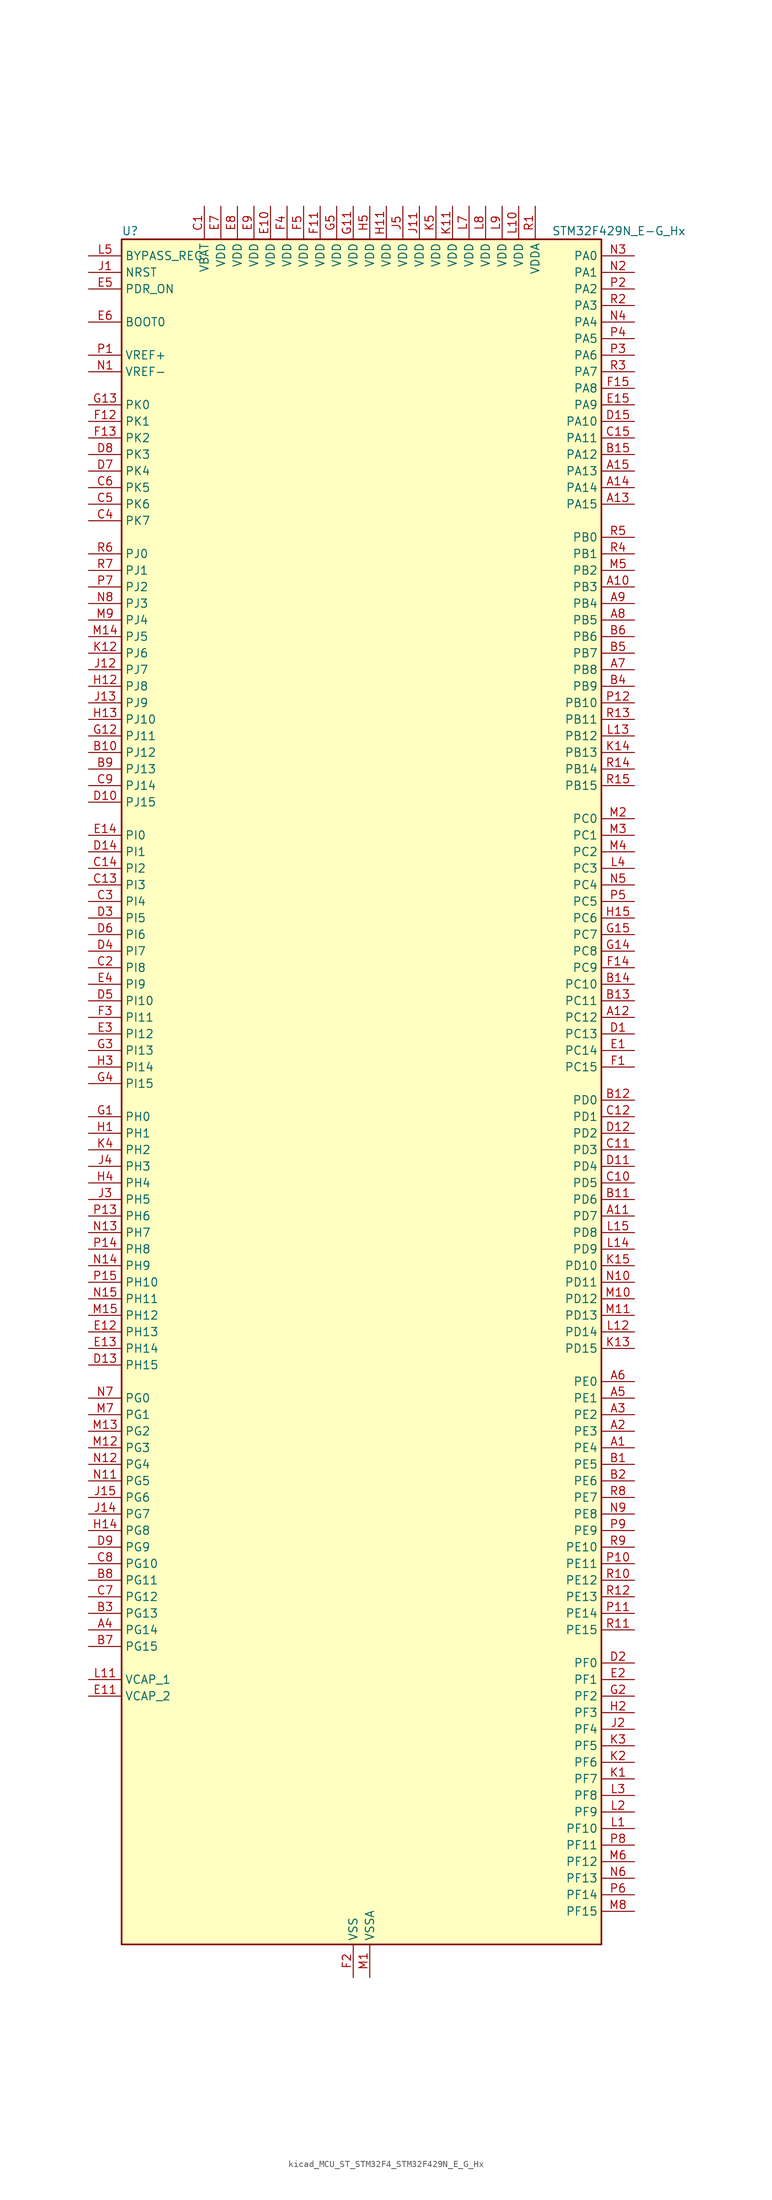
<source format=kicad_sym>
(kicad_symbol_lib
  (version 20220914)
  (generator kicad_symbol_editor)
  (symbol "kicad_MCU_ST_STM32F4_STM32F429N_E_G_Hx"
    (property "Reference" "U"
      (at -35.56 133.35 0)
      (effects (font (size 1.27 1.27)) (justify left)))
    (property "Value" "STM32F429N_E-G_Hx"
      (at 30.48 133.35 0)
      (effects (font (size 1.27 1.27)) (justify left)))
    (property "ki_locked" ""
      (at 0 0 0)
      (effects (font (size 1.27 1.27))))
    (symbol "kicad_MCU_ST_STM32F4_STM32F429N_E_G_Hx_0_1"
      (rectangle (start -35.56 -129.54) (end 38.1 132.08) (stroke (width 0.254) (type default)) (fill (type background))))
    (symbol "kicad_MCU_ST_STM32F4_STM32F429N_E_G_Hx_1_1"
      (pin bidirectional line (at 43.18 -53.34 180) (length 5.08) (name "PE4" (effects (font (size 1.27 1.27)))) (number "A1" (effects (font (size 1.27 1.27)))) (alternate "DCMI_D4" bidirectional line) (alternate "FMC_A20" bidirectional line) (alternate "LTDC_B0" bidirectional line) (alternate "SAI1_FS_A" bidirectional line) (alternate "SPI4_NSS" bidirectional line) (alternate "SYS_TRACED1" bidirectional line))
      (pin bidirectional line (at 43.18 78.74 180) (length 5.08) (name "PB3" (effects (font (size 1.27 1.27)))) (number "A10" (effects (font (size 1.27 1.27)))) (alternate "I2S3_CK" bidirectional line) (alternate "SPI1_SCK" bidirectional line) (alternate "SPI3_SCK" bidirectional line) (alternate "SYS_JTDO-SWO" bidirectional line) (alternate "TIM2_CH2" bidirectional line))
      (pin bidirectional line (at 43.18 -17.78 180) (length 5.08) (name "PD7" (effects (font (size 1.27 1.27)))) (number "A11" (effects (font (size 1.27 1.27)))) (alternate "FMC_NCE2" bidirectional line) (alternate "FMC_NE1" bidirectional line) (alternate "USART2_CK" bidirectional line))
      (pin bidirectional line (at 43.18 12.7 180) (length 5.08) (name "PC12" (effects (font (size 1.27 1.27)))) (number "A12" (effects (font (size 1.27 1.27)))) (alternate "DCMI_D9" bidirectional line) (alternate "I2S3_SD" bidirectional line) (alternate "SDIO_CK" bidirectional line) (alternate "SPI3_MOSI" bidirectional line) (alternate "UART5_TX" bidirectional line) (alternate "USART3_CK" bidirectional line))
      (pin bidirectional line (at 43.18 91.44 180) (length 5.08) (name "PA15" (effects (font (size 1.27 1.27)))) (number "A13" (effects (font (size 1.27 1.27)))) (alternate "ADC1_EXTI15" bidirectional line) (alternate "ADC2_EXTI15" bidirectional line) (alternate "ADC3_EXTI15" bidirectional line) (alternate "I2S3_WS" bidirectional line) (alternate "SPI1_NSS" bidirectional line) (alternate "SPI3_NSS" bidirectional line) (alternate "SYS_JTDI" bidirectional line) (alternate "TIM2_CH1" bidirectional line) (alternate "TIM2_ETR" bidirectional line))
      (pin bidirectional line (at 43.18 93.98 180) (length 5.08) (name "PA14" (effects (font (size 1.27 1.27)))) (number "A14" (effects (font (size 1.27 1.27)))) (alternate "SYS_JTCK-SWCLK" bidirectional line))
      (pin bidirectional line (at 43.18 96.52 180) (length 5.08) (name "PA13" (effects (font (size 1.27 1.27)))) (number "A15" (effects (font (size 1.27 1.27)))) (alternate "SYS_JTMS-SWDIO" bidirectional line))
      (pin bidirectional line (at 43.18 -50.8 180) (length 5.08) (name "PE3" (effects (font (size 1.27 1.27)))) (number "A2" (effects (font (size 1.27 1.27)))) (alternate "FMC_A19" bidirectional line) (alternate "SAI1_SD_B" bidirectional line) (alternate "SYS_TRACED0" bidirectional line))
      (pin bidirectional line (at 43.18 -48.26 180) (length 5.08) (name "PE2" (effects (font (size 1.27 1.27)))) (number "A3" (effects (font (size 1.27 1.27)))) (alternate "ETH_TXD3" bidirectional line) (alternate "FMC_A23" bidirectional line) (alternate "SAI1_MCLK_A" bidirectional line) (alternate "SPI4_SCK" bidirectional line) (alternate "SYS_TRACECLK" bidirectional line))
      (pin bidirectional line (at -40.64 -81.28 0) (length 5.08) (name "PG14" (effects (font (size 1.27 1.27)))) (number "A4" (effects (font (size 1.27 1.27)))) (alternate "ETH_TXD1" bidirectional line) (alternate "FMC_A25" bidirectional line) (alternate "SPI6_MOSI" bidirectional line) (alternate "USART6_TX" bidirectional line))
      (pin bidirectional line (at 43.18 -45.72 180) (length 5.08) (name "PE1" (effects (font (size 1.27 1.27)))) (number "A5" (effects (font (size 1.27 1.27)))) (alternate "DCMI_D3" bidirectional line) (alternate "FMC_NBL1" bidirectional line) (alternate "UART8_TX" bidirectional line))
      (pin bidirectional line (at 43.18 -43.18 180) (length 5.08) (name "PE0" (effects (font (size 1.27 1.27)))) (number "A6" (effects (font (size 1.27 1.27)))) (alternate "DCMI_D2" bidirectional line) (alternate "FMC_NBL0" bidirectional line) (alternate "TIM4_ETR" bidirectional line) (alternate "UART8_RX" bidirectional line))
      (pin bidirectional line (at 43.18 66.04 180) (length 5.08) (name "PB8" (effects (font (size 1.27 1.27)))) (number "A7" (effects (font (size 1.27 1.27)))) (alternate "CAN1_RX" bidirectional line) (alternate "DCMI_D6" bidirectional line) (alternate "ETH_TXD3" bidirectional line) (alternate "I2C1_SCL" bidirectional line) (alternate "LTDC_B6" bidirectional line) (alternate "SDIO_D4" bidirectional line) (alternate "TIM10_CH1" bidirectional line) (alternate "TIM4_CH3" bidirectional line))
      (pin bidirectional line (at 43.18 73.66 180) (length 5.08) (name "PB5" (effects (font (size 1.27 1.27)))) (number "A8" (effects (font (size 1.27 1.27)))) (alternate "CAN2_RX" bidirectional line) (alternate "DCMI_D10" bidirectional line) (alternate "ETH_PPS_OUT" bidirectional line) (alternate "FMC_SDCKE1" bidirectional line) (alternate "I2C1_SMBA" bidirectional line) (alternate "I2S3_SD" bidirectional line) (alternate "SPI1_MOSI" bidirectional line) (alternate "SPI3_MOSI" bidirectional line) (alternate "TIM3_CH2" bidirectional line) (alternate "USB_OTG_HS_ULPI_D7" bidirectional line))
      (pin bidirectional line (at 43.18 76.2 180) (length 5.08) (name "PB4" (effects (font (size 1.27 1.27)))) (number "A9" (effects (font (size 1.27 1.27)))) (alternate "I2S3_ext_SD" bidirectional line) (alternate "SPI1_MISO" bidirectional line) (alternate "SPI3_MISO" bidirectional line) (alternate "SYS_JTRST" bidirectional line) (alternate "TIM3_CH1" bidirectional line))
      (pin bidirectional line (at 43.18 -55.88 180) (length 5.08) (name "PE5" (effects (font (size 1.27 1.27)))) (number "B1" (effects (font (size 1.27 1.27)))) (alternate "DCMI_D6" bidirectional line) (alternate "FMC_A21" bidirectional line) (alternate "LTDC_G0" bidirectional line) (alternate "SAI1_SCK_A" bidirectional line) (alternate "SPI4_MISO" bidirectional line) (alternate "SYS_TRACED2" bidirectional line) (alternate "TIM9_CH1" bidirectional line))
      (pin bidirectional line (at -40.64 53.34 0) (length 5.08) (name "PJ12" (effects (font (size 1.27 1.27)))) (number "B10" (effects (font (size 1.27 1.27)))) (alternate "LTDC_B0" bidirectional line))
      (pin bidirectional line (at 43.18 -15.24 180) (length 5.08) (name "PD6" (effects (font (size 1.27 1.27)))) (number "B11" (effects (font (size 1.27 1.27)))) (alternate "DCMI_D10" bidirectional line) (alternate "FMC_NWAIT" bidirectional line) (alternate "I2S3_SD" bidirectional line) (alternate "LTDC_B2" bidirectional line) (alternate "SAI1_SD_A" bidirectional line) (alternate "SPI3_MOSI" bidirectional line) (alternate "USART2_RX" bidirectional line))
      (pin bidirectional line (at 43.18 0 180) (length 5.08) (name "PD0" (effects (font (size 1.27 1.27)))) (number "B12" (effects (font (size 1.27 1.27)))) (alternate "CAN1_RX" bidirectional line) (alternate "FMC_D2" bidirectional line) (alternate "FMC_DA2" bidirectional line))
      (pin bidirectional line (at 43.18 15.24 180) (length 5.08) (name "PC11" (effects (font (size 1.27 1.27)))) (number "B13" (effects (font (size 1.27 1.27)))) (alternate "ADC1_EXTI11" bidirectional line) (alternate "ADC2_EXTI11" bidirectional line) (alternate "ADC3_EXTI11" bidirectional line) (alternate "DCMI_D4" bidirectional line) (alternate "I2S3_ext_SD" bidirectional line) (alternate "SDIO_D3" bidirectional line) (alternate "SPI3_MISO" bidirectional line) (alternate "UART4_RX" bidirectional line) (alternate "USART3_RX" bidirectional line))
      (pin bidirectional line (at 43.18 17.78 180) (length 5.08) (name "PC10" (effects (font (size 1.27 1.27)))) (number "B14" (effects (font (size 1.27 1.27)))) (alternate "DCMI_D8" bidirectional line) (alternate "I2S3_CK" bidirectional line) (alternate "LTDC_R2" bidirectional line) (alternate "SDIO_D2" bidirectional line) (alternate "SPI3_SCK" bidirectional line) (alternate "UART4_TX" bidirectional line) (alternate "USART3_TX" bidirectional line))
      (pin bidirectional line (at 43.18 99.06 180) (length 5.08) (name "PA12" (effects (font (size 1.27 1.27)))) (number "B15" (effects (font (size 1.27 1.27)))) (alternate "CAN1_TX" bidirectional line) (alternate "LTDC_R5" bidirectional line) (alternate "TIM1_ETR" bidirectional line) (alternate "USART1_RTS" bidirectional line) (alternate "USB_OTG_FS_DP" bidirectional line))
      (pin bidirectional line (at 43.18 -58.42 180) (length 5.08) (name "PE6" (effects (font (size 1.27 1.27)))) (number "B2" (effects (font (size 1.27 1.27)))) (alternate "DCMI_D7" bidirectional line) (alternate "FMC_A22" bidirectional line) (alternate "LTDC_G1" bidirectional line) (alternate "SAI1_SD_A" bidirectional line) (alternate "SPI4_MOSI" bidirectional line) (alternate "SYS_TRACED3" bidirectional line) (alternate "TIM9_CH2" bidirectional line))
      (pin bidirectional line (at -40.64 -78.74 0) (length 5.08) (name "PG13" (effects (font (size 1.27 1.27)))) (number "B3" (effects (font (size 1.27 1.27)))) (alternate "ETH_TXD0" bidirectional line) (alternate "FMC_A24" bidirectional line) (alternate "SPI6_SCK" bidirectional line) (alternate "USART6_CTS" bidirectional line))
      (pin bidirectional line (at 43.18 63.5 180) (length 5.08) (name "PB9" (effects (font (size 1.27 1.27)))) (number "B4" (effects (font (size 1.27 1.27)))) (alternate "CAN1_TX" bidirectional line) (alternate "DAC_EXTI9" bidirectional line) (alternate "DCMI_D7" bidirectional line) (alternate "I2C1_SDA" bidirectional line) (alternate "I2S2_WS" bidirectional line) (alternate "LTDC_B7" bidirectional line) (alternate "SDIO_D5" bidirectional line) (alternate "SPI2_NSS" bidirectional line) (alternate "TIM11_CH1" bidirectional line) (alternate "TIM4_CH4" bidirectional line))
      (pin bidirectional line (at 43.18 68.58 180) (length 5.08) (name "PB7" (effects (font (size 1.27 1.27)))) (number "B5" (effects (font (size 1.27 1.27)))) (alternate "DCMI_VSYNC" bidirectional line) (alternate "FMC_NL" bidirectional line) (alternate "I2C1_SDA" bidirectional line) (alternate "TIM4_CH2" bidirectional line) (alternate "USART1_RX" bidirectional line))
      (pin bidirectional line (at 43.18 71.12 180) (length 5.08) (name "PB6" (effects (font (size 1.27 1.27)))) (number "B6" (effects (font (size 1.27 1.27)))) (alternate "CAN2_TX" bidirectional line) (alternate "DCMI_D5" bidirectional line) (alternate "FMC_SDNE1" bidirectional line) (alternate "I2C1_SCL" bidirectional line) (alternate "TIM4_CH1" bidirectional line) (alternate "USART1_TX" bidirectional line))
      (pin bidirectional line (at -40.64 -83.82 0) (length 5.08) (name "PG15" (effects (font (size 1.27 1.27)))) (number "B7" (effects (font (size 1.27 1.27)))) (alternate "ADC1_EXTI15" bidirectional line) (alternate "ADC2_EXTI15" bidirectional line) (alternate "ADC3_EXTI15" bidirectional line) (alternate "DCMI_D13" bidirectional line) (alternate "FMC_SDNCAS" bidirectional line) (alternate "USART6_CTS" bidirectional line))
      (pin bidirectional line (at -40.64 -73.66 0) (length 5.08) (name "PG11" (effects (font (size 1.27 1.27)))) (number "B8" (effects (font (size 1.27 1.27)))) (alternate "ADC1_EXTI11" bidirectional line) (alternate "ADC2_EXTI11" bidirectional line) (alternate "ADC3_EXTI11" bidirectional line) (alternate "DCMI_D3" bidirectional line) (alternate "ETH_TX_EN" bidirectional line) (alternate "FMC_NCE4_2" bidirectional line) (alternate "LTDC_B3" bidirectional line))
      (pin bidirectional line (at -40.64 50.8 0) (length 5.08) (name "PJ13" (effects (font (size 1.27 1.27)))) (number "B9" (effects (font (size 1.27 1.27)))) (alternate "LTDC_B1" bidirectional line))
      (pin power_in line (at -22.86 137.16 270) (length 5.08) (name "VBAT" (effects (font (size 1.27 1.27)))) (number "C1" (effects (font (size 1.27 1.27)))))
      (pin bidirectional line (at 43.18 -12.7 180) (length 5.08) (name "PD5" (effects (font (size 1.27 1.27)))) (number "C10" (effects (font (size 1.27 1.27)))) (alternate "FMC_NWE" bidirectional line) (alternate "USART2_TX" bidirectional line))
      (pin bidirectional line (at 43.18 -7.62 180) (length 5.08) (name "PD3" (effects (font (size 1.27 1.27)))) (number "C11" (effects (font (size 1.27 1.27)))) (alternate "DCMI_D5" bidirectional line) (alternate "FMC_CLK" bidirectional line) (alternate "I2S2_CK" bidirectional line) (alternate "LTDC_G7" bidirectional line) (alternate "SPI2_SCK" bidirectional line) (alternate "USART2_CTS" bidirectional line))
      (pin bidirectional line (at 43.18 -2.54 180) (length 5.08) (name "PD1" (effects (font (size 1.27 1.27)))) (number "C12" (effects (font (size 1.27 1.27)))) (alternate "CAN1_TX" bidirectional line) (alternate "FMC_D3" bidirectional line) (alternate "FMC_DA3" bidirectional line))
      (pin bidirectional line (at -40.64 33.02 0) (length 5.08) (name "PI3" (effects (font (size 1.27 1.27)))) (number "C13" (effects (font (size 1.27 1.27)))) (alternate "DCMI_D10" bidirectional line) (alternate "FMC_D27" bidirectional line) (alternate "I2S2_SD" bidirectional line) (alternate "SPI2_MOSI" bidirectional line) (alternate "TIM8_ETR" bidirectional line))
      (pin bidirectional line (at -40.64 35.56 0) (length 5.08) (name "PI2" (effects (font (size 1.27 1.27)))) (number "C14" (effects (font (size 1.27 1.27)))) (alternate "DCMI_D9" bidirectional line) (alternate "FMC_D26" bidirectional line) (alternate "I2S2_ext_SD" bidirectional line) (alternate "LTDC_G7" bidirectional line) (alternate "SPI2_MISO" bidirectional line) (alternate "TIM8_CH4" bidirectional line))
      (pin bidirectional line (at 43.18 101.6 180) (length 5.08) (name "PA11" (effects (font (size 1.27 1.27)))) (number "C15" (effects (font (size 1.27 1.27)))) (alternate "ADC1_EXTI11" bidirectional line) (alternate "ADC2_EXTI11" bidirectional line) (alternate "ADC3_EXTI11" bidirectional line) (alternate "CAN1_RX" bidirectional line) (alternate "LTDC_R4" bidirectional line) (alternate "TIM1_CH4" bidirectional line) (alternate "USART1_CTS" bidirectional line) (alternate "USB_OTG_FS_DM" bidirectional line))
      (pin bidirectional line (at -40.64 20.32 0) (length 5.08) (name "PI8" (effects (font (size 1.27 1.27)))) (number "C2" (effects (font (size 1.27 1.27)))) (alternate "RTC_AF2" bidirectional line))
      (pin bidirectional line (at -40.64 30.48 0) (length 5.08) (name "PI4" (effects (font (size 1.27 1.27)))) (number "C3" (effects (font (size 1.27 1.27)))) (alternate "DCMI_D5" bidirectional line) (alternate "FMC_NBL2" bidirectional line) (alternate "LTDC_B4" bidirectional line) (alternate "TIM8_BKIN" bidirectional line))
      (pin bidirectional line (at -40.64 88.9 0) (length 5.08) (name "PK7" (effects (font (size 1.27 1.27)))) (number "C4" (effects (font (size 1.27 1.27)))) (alternate "LTDC_DE" bidirectional line))
      (pin bidirectional line (at -40.64 91.44 0) (length 5.08) (name "PK6" (effects (font (size 1.27 1.27)))) (number "C5" (effects (font (size 1.27 1.27)))) (alternate "LTDC_B7" bidirectional line))
      (pin bidirectional line (at -40.64 93.98 0) (length 5.08) (name "PK5" (effects (font (size 1.27 1.27)))) (number "C6" (effects (font (size 1.27 1.27)))) (alternate "LTDC_B6" bidirectional line))
      (pin bidirectional line (at -40.64 -76.2 0) (length 5.08) (name "PG12" (effects (font (size 1.27 1.27)))) (number "C7" (effects (font (size 1.27 1.27)))) (alternate "FMC_NE4" bidirectional line) (alternate "LTDC_B1" bidirectional line) (alternate "LTDC_B4" bidirectional line) (alternate "SPI6_MISO" bidirectional line) (alternate "USART6_RTS" bidirectional line))
      (pin bidirectional line (at -40.64 -71.12 0) (length 5.08) (name "PG10" (effects (font (size 1.27 1.27)))) (number "C8" (effects (font (size 1.27 1.27)))) (alternate "DCMI_D2" bidirectional line) (alternate "FMC_NCE4_1" bidirectional line) (alternate "FMC_NE3" bidirectional line) (alternate "LTDC_B2" bidirectional line) (alternate "LTDC_G3" bidirectional line))
      (pin bidirectional line (at -40.64 48.26 0) (length 5.08) (name "PJ14" (effects (font (size 1.27 1.27)))) (number "C9" (effects (font (size 1.27 1.27)))) (alternate "LTDC_B2" bidirectional line))
      (pin bidirectional line (at 43.18 10.16 180) (length 5.08) (name "PC13" (effects (font (size 1.27 1.27)))) (number "D1" (effects (font (size 1.27 1.27)))) (alternate "RTC_AF1" bidirectional line))
      (pin bidirectional line (at -40.64 45.72 0) (length 5.08) (name "PJ15" (effects (font (size 1.27 1.27)))) (number "D10" (effects (font (size 1.27 1.27)))) (alternate "ADC1_EXTI15" bidirectional line) (alternate "ADC2_EXTI15" bidirectional line) (alternate "ADC3_EXTI15" bidirectional line) (alternate "LTDC_B3" bidirectional line))
      (pin bidirectional line (at 43.18 -10.16 180) (length 5.08) (name "PD4" (effects (font (size 1.27 1.27)))) (number "D11" (effects (font (size 1.27 1.27)))) (alternate "FMC_NOE" bidirectional line) (alternate "USART2_RTS" bidirectional line))
      (pin bidirectional line (at 43.18 -5.08 180) (length 5.08) (name "PD2" (effects (font (size 1.27 1.27)))) (number "D12" (effects (font (size 1.27 1.27)))) (alternate "DCMI_D11" bidirectional line) (alternate "SDIO_CMD" bidirectional line) (alternate "TIM3_ETR" bidirectional line) (alternate "UART5_RX" bidirectional line))
      (pin bidirectional line (at -40.64 -40.64 0) (length 5.08) (name "PH15" (effects (font (size 1.27 1.27)))) (number "D13" (effects (font (size 1.27 1.27)))) (alternate "ADC1_EXTI15" bidirectional line) (alternate "ADC2_EXTI15" bidirectional line) (alternate "ADC3_EXTI15" bidirectional line) (alternate "DCMI_D11" bidirectional line) (alternate "FMC_D23" bidirectional line) (alternate "LTDC_G4" bidirectional line) (alternate "TIM8_CH3N" bidirectional line))
      (pin bidirectional line (at -40.64 38.1 0) (length 5.08) (name "PI1" (effects (font (size 1.27 1.27)))) (number "D14" (effects (font (size 1.27 1.27)))) (alternate "DCMI_D8" bidirectional line) (alternate "FMC_D25" bidirectional line) (alternate "I2S2_CK" bidirectional line) (alternate "LTDC_G6" bidirectional line) (alternate "SPI2_SCK" bidirectional line))
      (pin bidirectional line (at 43.18 104.14 180) (length 5.08) (name "PA10" (effects (font (size 1.27 1.27)))) (number "D15" (effects (font (size 1.27 1.27)))) (alternate "DCMI_D1" bidirectional line) (alternate "TIM1_CH3" bidirectional line) (alternate "USART1_RX" bidirectional line) (alternate "USB_OTG_FS_ID" bidirectional line))
      (pin bidirectional line (at 43.18 -86.36 180) (length 5.08) (name "PF0" (effects (font (size 1.27 1.27)))) (number "D2" (effects (font (size 1.27 1.27)))) (alternate "FMC_A0" bidirectional line) (alternate "I2C2_SDA" bidirectional line))
      (pin bidirectional line (at -40.64 27.94 0) (length 5.08) (name "PI5" (effects (font (size 1.27 1.27)))) (number "D3" (effects (font (size 1.27 1.27)))) (alternate "DCMI_VSYNC" bidirectional line) (alternate "FMC_NBL3" bidirectional line) (alternate "LTDC_B5" bidirectional line) (alternate "TIM8_CH1" bidirectional line))
      (pin bidirectional line (at -40.64 22.86 0) (length 5.08) (name "PI7" (effects (font (size 1.27 1.27)))) (number "D4" (effects (font (size 1.27 1.27)))) (alternate "DCMI_D7" bidirectional line) (alternate "FMC_D29" bidirectional line) (alternate "LTDC_B7" bidirectional line) (alternate "TIM8_CH3" bidirectional line))
      (pin bidirectional line (at -40.64 15.24 0) (length 5.08) (name "PI10" (effects (font (size 1.27 1.27)))) (number "D5" (effects (font (size 1.27 1.27)))) (alternate "ETH_RX_ER" bidirectional line) (alternate "FMC_D31" bidirectional line) (alternate "LTDC_HSYNC" bidirectional line))
      (pin bidirectional line (at -40.64 25.4 0) (length 5.08) (name "PI6" (effects (font (size 1.27 1.27)))) (number "D6" (effects (font (size 1.27 1.27)))) (alternate "DCMI_D6" bidirectional line) (alternate "FMC_D28" bidirectional line) (alternate "LTDC_B6" bidirectional line) (alternate "TIM8_CH2" bidirectional line))
      (pin bidirectional line (at -40.64 96.52 0) (length 5.08) (name "PK4" (effects (font (size 1.27 1.27)))) (number "D7" (effects (font (size 1.27 1.27)))) (alternate "LTDC_B5" bidirectional line))
      (pin bidirectional line (at -40.64 99.06 0) (length 5.08) (name "PK3" (effects (font (size 1.27 1.27)))) (number "D8" (effects (font (size 1.27 1.27)))) (alternate "LTDC_B4" bidirectional line))
      (pin bidirectional line (at -40.64 -68.58 0) (length 5.08) (name "PG9" (effects (font (size 1.27 1.27)))) (number "D9" (effects (font (size 1.27 1.27)))) (alternate "DAC_EXTI9" bidirectional line) (alternate "DCMI_VSYNC" bidirectional line) (alternate "FMC_NCE3" bidirectional line) (alternate "FMC_NE2" bidirectional line) (alternate "USART6_RX" bidirectional line))
      (pin bidirectional line (at 43.18 7.62 180) (length 5.08) (name "PC14" (effects (font (size 1.27 1.27)))) (number "E1" (effects (font (size 1.27 1.27)))) (alternate "RCC_OSC32_IN" bidirectional line))
      (pin power_in line (at -12.7 137.16 270) (length 5.08) (name "VDD" (effects (font (size 1.27 1.27)))) (number "E10" (effects (font (size 1.27 1.27)))))
      (pin power_out line (at -40.64 -91.44 0) (length 5.08) (name "VCAP_2" (effects (font (size 1.27 1.27)))) (number "E11" (effects (font (size 1.27 1.27)))))
      (pin bidirectional line (at -40.64 -35.56 0) (length 5.08) (name "PH13" (effects (font (size 1.27 1.27)))) (number "E12" (effects (font (size 1.27 1.27)))) (alternate "CAN1_TX" bidirectional line) (alternate "FMC_D21" bidirectional line) (alternate "LTDC_G2" bidirectional line) (alternate "TIM8_CH1N" bidirectional line))
      (pin bidirectional line (at -40.64 -38.1 0) (length 5.08) (name "PH14" (effects (font (size 1.27 1.27)))) (number "E13" (effects (font (size 1.27 1.27)))) (alternate "DCMI_D4" bidirectional line) (alternate "FMC_D22" bidirectional line) (alternate "LTDC_G3" bidirectional line) (alternate "TIM8_CH2N" bidirectional line))
      (pin bidirectional line (at -40.64 40.64 0) (length 5.08) (name "PI0" (effects (font (size 1.27 1.27)))) (number "E14" (effects (font (size 1.27 1.27)))) (alternate "DCMI_D13" bidirectional line) (alternate "FMC_D24" bidirectional line) (alternate "I2S2_WS" bidirectional line) (alternate "LTDC_G5" bidirectional line) (alternate "SPI2_NSS" bidirectional line) (alternate "TIM5_CH4" bidirectional line))
      (pin bidirectional line (at 43.18 106.68 180) (length 5.08) (name "PA9" (effects (font (size 1.27 1.27)))) (number "E15" (effects (font (size 1.27 1.27)))) (alternate "DAC_EXTI9" bidirectional line) (alternate "DCMI_D0" bidirectional line) (alternate "I2C3_SMBA" bidirectional line) (alternate "TIM1_CH2" bidirectional line) (alternate "USART1_TX" bidirectional line) (alternate "USB_OTG_FS_VBUS" bidirectional line))
      (pin bidirectional line (at 43.18 -88.9 180) (length 5.08) (name "PF1" (effects (font (size 1.27 1.27)))) (number "E2" (effects (font (size 1.27 1.27)))) (alternate "FMC_A1" bidirectional line) (alternate "I2C2_SCL" bidirectional line))
      (pin bidirectional line (at -40.64 10.16 0) (length 5.08) (name "PI12" (effects (font (size 1.27 1.27)))) (number "E3" (effects (font (size 1.27 1.27)))) (alternate "LTDC_HSYNC" bidirectional line))
      (pin bidirectional line (at -40.64 17.78 0) (length 5.08) (name "PI9" (effects (font (size 1.27 1.27)))) (number "E4" (effects (font (size 1.27 1.27)))) (alternate "CAN1_RX" bidirectional line) (alternate "DAC_EXTI9" bidirectional line) (alternate "FMC_D30" bidirectional line) (alternate "LTDC_VSYNC" bidirectional line))
      (pin input line (at -40.64 124.46 0) (length 5.08) (name "PDR_ON" (effects (font (size 1.27 1.27)))) (number "E5" (effects (font (size 1.27 1.27)))))
      (pin input line (at -40.64 119.38 0) (length 5.08) (name "BOOT0" (effects (font (size 1.27 1.27)))) (number "E6" (effects (font (size 1.27 1.27)))))
      (pin power_in line (at -20.32 137.16 270) (length 5.08) (name "VDD" (effects (font (size 1.27 1.27)))) (number "E7" (effects (font (size 1.27 1.27)))))
      (pin power_in line (at -17.78 137.16 270) (length 5.08) (name "VDD" (effects (font (size 1.27 1.27)))) (number "E8" (effects (font (size 1.27 1.27)))))
      (pin power_in line (at -15.24 137.16 270) (length 5.08) (name "VDD" (effects (font (size 1.27 1.27)))) (number "E9" (effects (font (size 1.27 1.27)))))
      (pin bidirectional line (at 43.18 5.08 180) (length 5.08) (name "PC15" (effects (font (size 1.27 1.27)))) (number "F1" (effects (font (size 1.27 1.27)))) (alternate "ADC1_EXTI15" bidirectional line) (alternate "ADC2_EXTI15" bidirectional line) (alternate "ADC3_EXTI15" bidirectional line) (alternate "RCC_OSC32_OUT" bidirectional line))
      (pin passive line (at 0 -134.62 90) (length 5.08) hide (name "VSS" (effects (font (size 1.27 1.27)))) (number "F10" (effects (font (size 1.27 1.27)))))
      (pin power_in line (at -5.08 137.16 270) (length 5.08) (name "VDD" (effects (font (size 1.27 1.27)))) (number "F11" (effects (font (size 1.27 1.27)))))
      (pin bidirectional line (at -40.64 104.14 0) (length 5.08) (name "PK1" (effects (font (size 1.27 1.27)))) (number "F12" (effects (font (size 1.27 1.27)))) (alternate "LTDC_G6" bidirectional line))
      (pin bidirectional line (at -40.64 101.6 0) (length 5.08) (name "PK2" (effects (font (size 1.27 1.27)))) (number "F13" (effects (font (size 1.27 1.27)))) (alternate "LTDC_G7" bidirectional line))
      (pin bidirectional line (at 43.18 20.32 180) (length 5.08) (name "PC9" (effects (font (size 1.27 1.27)))) (number "F14" (effects (font (size 1.27 1.27)))) (alternate "DAC_EXTI9" bidirectional line) (alternate "DCMI_D3" bidirectional line) (alternate "I2C3_SDA" bidirectional line) (alternate "I2S_CKIN" bidirectional line) (alternate "RCC_MCO_2" bidirectional line) (alternate "SDIO_D1" bidirectional line) (alternate "TIM3_CH4" bidirectional line) (alternate "TIM8_CH4" bidirectional line))
      (pin bidirectional line (at 43.18 109.22 180) (length 5.08) (name "PA8" (effects (font (size 1.27 1.27)))) (number "F15" (effects (font (size 1.27 1.27)))) (alternate "I2C3_SCL" bidirectional line) (alternate "LTDC_R6" bidirectional line) (alternate "RCC_MCO_1" bidirectional line) (alternate "TIM1_CH1" bidirectional line) (alternate "USART1_CK" bidirectional line) (alternate "USB_OTG_FS_SOF" bidirectional line))
      (pin power_in line (at 0 -134.62 90) (length 5.08) (name "VSS" (effects (font (size 1.27 1.27)))) (number "F2" (effects (font (size 1.27 1.27)))))
      (pin bidirectional line (at -40.64 12.7 0) (length 5.08) (name "PI11" (effects (font (size 1.27 1.27)))) (number "F3" (effects (font (size 1.27 1.27)))) (alternate "ADC1_EXTI11" bidirectional line) (alternate "ADC2_EXTI11" bidirectional line) (alternate "ADC3_EXTI11" bidirectional line) (alternate "USB_OTG_HS_ULPI_DIR" bidirectional line))
      (pin power_in line (at -10.16 137.16 270) (length 5.08) (name "VDD" (effects (font (size 1.27 1.27)))) (number "F4" (effects (font (size 1.27 1.27)))))
      (pin power_in line (at -7.62 137.16 270) (length 5.08) (name "VDD" (effects (font (size 1.27 1.27)))) (number "F5" (effects (font (size 1.27 1.27)))))
      (pin passive line (at 0 -134.62 90) (length 5.08) hide (name "VSS" (effects (font (size 1.27 1.27)))) (number "F6" (effects (font (size 1.27 1.27)))))
      (pin passive line (at 0 -134.62 90) (length 5.08) hide (name "VSS" (effects (font (size 1.27 1.27)))) (number "F7" (effects (font (size 1.27 1.27)))))
      (pin passive line (at 0 -134.62 90) (length 5.08) hide (name "VSS" (effects (font (size 1.27 1.27)))) (number "F8" (effects (font (size 1.27 1.27)))))
      (pin passive line (at 0 -134.62 90) (length 5.08) hide (name "VSS" (effects (font (size 1.27 1.27)))) (number "F9" (effects (font (size 1.27 1.27)))))
      (pin bidirectional line (at -40.64 -2.54 0) (length 5.08) (name "PH0" (effects (font (size 1.27 1.27)))) (number "G1" (effects (font (size 1.27 1.27)))) (alternate "RCC_OSC_IN" bidirectional line))
      (pin passive line (at 0 -134.62 90) (length 5.08) hide (name "VSS" (effects (font (size 1.27 1.27)))) (number "G10" (effects (font (size 1.27 1.27)))))
      (pin power_in line (at 0 137.16 270) (length 5.08) (name "VDD" (effects (font (size 1.27 1.27)))) (number "G11" (effects (font (size 1.27 1.27)))))
      (pin bidirectional line (at -40.64 55.88 0) (length 5.08) (name "PJ11" (effects (font (size 1.27 1.27)))) (number "G12" (effects (font (size 1.27 1.27)))) (alternate "ADC1_EXTI11" bidirectional line) (alternate "ADC2_EXTI11" bidirectional line) (alternate "ADC3_EXTI11" bidirectional line) (alternate "LTDC_G4" bidirectional line))
      (pin bidirectional line (at -40.64 106.68 0) (length 5.08) (name "PK0" (effects (font (size 1.27 1.27)))) (number "G13" (effects (font (size 1.27 1.27)))) (alternate "LTDC_G5" bidirectional line))
      (pin bidirectional line (at 43.18 22.86 180) (length 5.08) (name "PC8" (effects (font (size 1.27 1.27)))) (number "G14" (effects (font (size 1.27 1.27)))) (alternate "DCMI_D2" bidirectional line) (alternate "SDIO_D0" bidirectional line) (alternate "TIM3_CH3" bidirectional line) (alternate "TIM8_CH3" bidirectional line) (alternate "USART6_CK" bidirectional line))
      (pin bidirectional line (at 43.18 25.4 180) (length 5.08) (name "PC7" (effects (font (size 1.27 1.27)))) (number "G15" (effects (font (size 1.27 1.27)))) (alternate "DCMI_D1" bidirectional line) (alternate "I2S3_MCK" bidirectional line) (alternate "LTDC_G6" bidirectional line) (alternate "SDIO_D7" bidirectional line) (alternate "TIM3_CH2" bidirectional line) (alternate "TIM8_CH2" bidirectional line) (alternate "USART6_RX" bidirectional line))
      (pin bidirectional line (at 43.18 -91.44 180) (length 5.08) (name "PF2" (effects (font (size 1.27 1.27)))) (number "G2" (effects (font (size 1.27 1.27)))) (alternate "FMC_A2" bidirectional line) (alternate "I2C2_SMBA" bidirectional line))
      (pin bidirectional line (at -40.64 7.62 0) (length 5.08) (name "PI13" (effects (font (size 1.27 1.27)))) (number "G3" (effects (font (size 1.27 1.27)))) (alternate "LTDC_VSYNC" bidirectional line))
      (pin bidirectional line (at -40.64 2.54 0) (length 5.08) (name "PI15" (effects (font (size 1.27 1.27)))) (number "G4" (effects (font (size 1.27 1.27)))) (alternate "ADC1_EXTI15" bidirectional line) (alternate "ADC2_EXTI15" bidirectional line) (alternate "ADC3_EXTI15" bidirectional line) (alternate "LTDC_R0" bidirectional line))
      (pin power_in line (at -2.54 137.16 270) (length 5.08) (name "VDD" (effects (font (size 1.27 1.27)))) (number "G5" (effects (font (size 1.27 1.27)))))
      (pin passive line (at 0 -134.62 90) (length 5.08) hide (name "VSS" (effects (font (size 1.27 1.27)))) (number "G6" (effects (font (size 1.27 1.27)))))
      (pin bidirectional line (at -40.64 -5.08 0) (length 5.08) (name "PH1" (effects (font (size 1.27 1.27)))) (number "H1" (effects (font (size 1.27 1.27)))) (alternate "RCC_OSC_OUT" bidirectional line))
      (pin passive line (at 0 -134.62 90) (length 5.08) hide (name "VSS" (effects (font (size 1.27 1.27)))) (number "H10" (effects (font (size 1.27 1.27)))))
      (pin power_in line (at 5.08 137.16 270) (length 5.08) (name "VDD" (effects (font (size 1.27 1.27)))) (number "H11" (effects (font (size 1.27 1.27)))))
      (pin bidirectional line (at -40.64 63.5 0) (length 5.08) (name "PJ8" (effects (font (size 1.27 1.27)))) (number "H12" (effects (font (size 1.27 1.27)))) (alternate "LTDC_G1" bidirectional line))
      (pin bidirectional line (at -40.64 58.42 0) (length 5.08) (name "PJ10" (effects (font (size 1.27 1.27)))) (number "H13" (effects (font (size 1.27 1.27)))) (alternate "LTDC_G3" bidirectional line))
      (pin bidirectional line (at -40.64 -66.04 0) (length 5.08) (name "PG8" (effects (font (size 1.27 1.27)))) (number "H14" (effects (font (size 1.27 1.27)))) (alternate "ETH_PPS_OUT" bidirectional line) (alternate "FMC_SDCLK" bidirectional line) (alternate "SPI6_NSS" bidirectional line) (alternate "USART6_RTS" bidirectional line))
      (pin bidirectional line (at 43.18 27.94 180) (length 5.08) (name "PC6" (effects (font (size 1.27 1.27)))) (number "H15" (effects (font (size 1.27 1.27)))) (alternate "DCMI_D0" bidirectional line) (alternate "I2S2_MCK" bidirectional line) (alternate "LTDC_HSYNC" bidirectional line) (alternate "SDIO_D6" bidirectional line) (alternate "TIM3_CH1" bidirectional line) (alternate "TIM8_CH1" bidirectional line) (alternate "USART6_TX" bidirectional line))
      (pin bidirectional line (at 43.18 -93.98 180) (length 5.08) (name "PF3" (effects (font (size 1.27 1.27)))) (number "H2" (effects (font (size 1.27 1.27)))) (alternate "ADC3_IN9" bidirectional line) (alternate "FMC_A3" bidirectional line))
      (pin bidirectional line (at -40.64 5.08 0) (length 5.08) (name "PI14" (effects (font (size 1.27 1.27)))) (number "H3" (effects (font (size 1.27 1.27)))) (alternate "LTDC_CLK" bidirectional line))
      (pin bidirectional line (at -40.64 -12.7 0) (length 5.08) (name "PH4" (effects (font (size 1.27 1.27)))) (number "H4" (effects (font (size 1.27 1.27)))) (alternate "I2C2_SCL" bidirectional line) (alternate "USB_OTG_HS_ULPI_NXT" bidirectional line))
      (pin power_in line (at 2.54 137.16 270) (length 5.08) (name "VDD" (effects (font (size 1.27 1.27)))) (number "H5" (effects (font (size 1.27 1.27)))))
      (pin passive line (at 0 -134.62 90) (length 5.08) hide (name "VSS" (effects (font (size 1.27 1.27)))) (number "H6" (effects (font (size 1.27 1.27)))))
      (pin input line (at -40.64 127 0) (length 5.08) (name "NRST" (effects (font (size 1.27 1.27)))) (number "J1" (effects (font (size 1.27 1.27)))))
      (pin passive line (at 0 -134.62 90) (length 5.08) hide (name "VSS" (effects (font (size 1.27 1.27)))) (number "J10" (effects (font (size 1.27 1.27)))))
      (pin power_in line (at 10.16 137.16 270) (length 5.08) (name "VDD" (effects (font (size 1.27 1.27)))) (number "J11" (effects (font (size 1.27 1.27)))))
      (pin bidirectional line (at -40.64 66.04 0) (length 5.08) (name "PJ7" (effects (font (size 1.27 1.27)))) (number "J12" (effects (font (size 1.27 1.27)))) (alternate "LTDC_G0" bidirectional line))
      (pin bidirectional line (at -40.64 60.96 0) (length 5.08) (name "PJ9" (effects (font (size 1.27 1.27)))) (number "J13" (effects (font (size 1.27 1.27)))) (alternate "DAC_EXTI9" bidirectional line) (alternate "LTDC_G2" bidirectional line))
      (pin bidirectional line (at -40.64 -63.5 0) (length 5.08) (name "PG7" (effects (font (size 1.27 1.27)))) (number "J14" (effects (font (size 1.27 1.27)))) (alternate "DCMI_D13" bidirectional line) (alternate "FMC_INT3" bidirectional line) (alternate "LTDC_CLK" bidirectional line) (alternate "USART6_CK" bidirectional line))
      (pin bidirectional line (at -40.64 -60.96 0) (length 5.08) (name "PG6" (effects (font (size 1.27 1.27)))) (number "J15" (effects (font (size 1.27 1.27)))) (alternate "DCMI_D12" bidirectional line) (alternate "FMC_INT2" bidirectional line) (alternate "LTDC_R7" bidirectional line))
      (pin bidirectional line (at 43.18 -96.52 180) (length 5.08) (name "PF4" (effects (font (size 1.27 1.27)))) (number "J2" (effects (font (size 1.27 1.27)))) (alternate "ADC3_IN14" bidirectional line) (alternate "FMC_A4" bidirectional line))
      (pin bidirectional line (at -40.64 -15.24 0) (length 5.08) (name "PH5" (effects (font (size 1.27 1.27)))) (number "J3" (effects (font (size 1.27 1.27)))) (alternate "FMC_SDNWE" bidirectional line) (alternate "I2C2_SDA" bidirectional line) (alternate "SPI5_NSS" bidirectional line))
      (pin bidirectional line (at -40.64 -10.16 0) (length 5.08) (name "PH3" (effects (font (size 1.27 1.27)))) (number "J4" (effects (font (size 1.27 1.27)))) (alternate "ETH_COL" bidirectional line) (alternate "FMC_SDNE0" bidirectional line) (alternate "LTDC_R1" bidirectional line))
      (pin power_in line (at 7.62 137.16 270) (length 5.08) (name "VDD" (effects (font (size 1.27 1.27)))) (number "J5" (effects (font (size 1.27 1.27)))))
      (pin passive line (at 0 -134.62 90) (length 5.08) hide (name "VSS" (effects (font (size 1.27 1.27)))) (number "J6" (effects (font (size 1.27 1.27)))))
      (pin bidirectional line (at 43.18 -104.14 180) (length 5.08) (name "PF7" (effects (font (size 1.27 1.27)))) (number "K1" (effects (font (size 1.27 1.27)))) (alternate "ADC3_IN5" bidirectional line) (alternate "FMC_NREG" bidirectional line) (alternate "SAI1_MCLK_B" bidirectional line) (alternate "SPI5_SCK" bidirectional line) (alternate "TIM11_CH1" bidirectional line) (alternate "UART7_TX" bidirectional line))
      (pin passive line (at 0 -134.62 90) (length 5.08) hide (name "VSS" (effects (font (size 1.27 1.27)))) (number "K10" (effects (font (size 1.27 1.27)))))
      (pin power_in line (at 15.24 137.16 270) (length 5.08) (name "VDD" (effects (font (size 1.27 1.27)))) (number "K11" (effects (font (size 1.27 1.27)))))
      (pin bidirectional line (at -40.64 68.58 0) (length 5.08) (name "PJ6" (effects (font (size 1.27 1.27)))) (number "K12" (effects (font (size 1.27 1.27)))) (alternate "LTDC_R7" bidirectional line))
      (pin bidirectional line (at 43.18 -38.1 180) (length 5.08) (name "PD15" (effects (font (size 1.27 1.27)))) (number "K13" (effects (font (size 1.27 1.27)))) (alternate "ADC1_EXTI15" bidirectional line) (alternate "ADC2_EXTI15" bidirectional line) (alternate "ADC3_EXTI15" bidirectional line) (alternate "FMC_D1" bidirectional line) (alternate "FMC_DA1" bidirectional line) (alternate "TIM4_CH4" bidirectional line))
      (pin bidirectional line (at 43.18 53.34 180) (length 5.08) (name "PB13" (effects (font (size 1.27 1.27)))) (number "K14" (effects (font (size 1.27 1.27)))) (alternate "CAN2_TX" bidirectional line) (alternate "ETH_TXD1" bidirectional line) (alternate "I2S2_CK" bidirectional line) (alternate "SPI2_SCK" bidirectional line) (alternate "TIM1_CH1N" bidirectional line) (alternate "USART3_CTS" bidirectional line) (alternate "USB_OTG_HS_ULPI_D6" bidirectional line) (alternate "USB_OTG_HS_VBUS" bidirectional line))
      (pin bidirectional line (at 43.18 -25.4 180) (length 5.08) (name "PD10" (effects (font (size 1.27 1.27)))) (number "K15" (effects (font (size 1.27 1.27)))) (alternate "FMC_D15" bidirectional line) (alternate "FMC_DA15" bidirectional line) (alternate "LTDC_B3" bidirectional line) (alternate "USART3_CK" bidirectional line))
      (pin bidirectional line (at 43.18 -101.6 180) (length 5.08) (name "PF6" (effects (font (size 1.27 1.27)))) (number "K2" (effects (font (size 1.27 1.27)))) (alternate "ADC3_IN4" bidirectional line) (alternate "FMC_NIORD" bidirectional line) (alternate "SAI1_SD_B" bidirectional line) (alternate "SPI5_NSS" bidirectional line) (alternate "TIM10_CH1" bidirectional line) (alternate "UART7_RX" bidirectional line))
      (pin bidirectional line (at 43.18 -99.06 180) (length 5.08) (name "PF5" (effects (font (size 1.27 1.27)))) (number "K3" (effects (font (size 1.27 1.27)))) (alternate "ADC3_IN15" bidirectional line) (alternate "FMC_A5" bidirectional line))
      (pin bidirectional line (at -40.64 -7.62 0) (length 5.08) (name "PH2" (effects (font (size 1.27 1.27)))) (number "K4" (effects (font (size 1.27 1.27)))) (alternate "ETH_CRS" bidirectional line) (alternate "FMC_SDCKE0" bidirectional line) (alternate "LTDC_R0" bidirectional line))
      (pin power_in line (at 12.7 137.16 270) (length 5.08) (name "VDD" (effects (font (size 1.27 1.27)))) (number "K5" (effects (font (size 1.27 1.27)))))
      (pin passive line (at 0 -134.62 90) (length 5.08) hide (name "VSS" (effects (font (size 1.27 1.27)))) (number "K6" (effects (font (size 1.27 1.27)))))
      (pin passive line (at 0 -134.62 90) (length 5.08) hide (name "VSS" (effects (font (size 1.27 1.27)))) (number "K7" (effects (font (size 1.27 1.27)))))
      (pin passive line (at 0 -134.62 90) (length 5.08) hide (name "VSS" (effects (font (size 1.27 1.27)))) (number "K8" (effects (font (size 1.27 1.27)))))
      (pin passive line (at 0 -134.62 90) (length 5.08) hide (name "VSS" (effects (font (size 1.27 1.27)))) (number "K9" (effects (font (size 1.27 1.27)))))
      (pin bidirectional line (at 43.18 -111.76 180) (length 5.08) (name "PF10" (effects (font (size 1.27 1.27)))) (number "L1" (effects (font (size 1.27 1.27)))) (alternate "ADC3_IN8" bidirectional line) (alternate "DCMI_D11" bidirectional line) (alternate "FMC_INTR" bidirectional line) (alternate "LTDC_DE" bidirectional line))
      (pin power_in line (at 25.4 137.16 270) (length 5.08) (name "VDD" (effects (font (size 1.27 1.27)))) (number "L10" (effects (font (size 1.27 1.27)))))
      (pin power_out line (at -40.64 -88.9 0) (length 5.08) (name "VCAP_1" (effects (font (size 1.27 1.27)))) (number "L11" (effects (font (size 1.27 1.27)))))
      (pin bidirectional line (at 43.18 -35.56 180) (length 5.08) (name "PD14" (effects (font (size 1.27 1.27)))) (number "L12" (effects (font (size 1.27 1.27)))) (alternate "FMC_D0" bidirectional line) (alternate "FMC_DA0" bidirectional line) (alternate "TIM4_CH3" bidirectional line))
      (pin bidirectional line (at 43.18 55.88 180) (length 5.08) (name "PB12" (effects (font (size 1.27 1.27)))) (number "L13" (effects (font (size 1.27 1.27)))) (alternate "CAN2_RX" bidirectional line) (alternate "ETH_TXD0" bidirectional line) (alternate "I2C2_SMBA" bidirectional line) (alternate "I2S2_WS" bidirectional line) (alternate "SPI2_NSS" bidirectional line) (alternate "TIM1_BKIN" bidirectional line) (alternate "USART3_CK" bidirectional line) (alternate "USB_OTG_HS_ID" bidirectional line) (alternate "USB_OTG_HS_ULPI_D5" bidirectional line))
      (pin bidirectional line (at 43.18 -22.86 180) (length 5.08) (name "PD9" (effects (font (size 1.27 1.27)))) (number "L14" (effects (font (size 1.27 1.27)))) (alternate "DAC_EXTI9" bidirectional line) (alternate "FMC_D14" bidirectional line) (alternate "FMC_DA14" bidirectional line) (alternate "USART3_RX" bidirectional line))
      (pin bidirectional line (at 43.18 -20.32 180) (length 5.08) (name "PD8" (effects (font (size 1.27 1.27)))) (number "L15" (effects (font (size 1.27 1.27)))) (alternate "FMC_D13" bidirectional line) (alternate "FMC_DA13" bidirectional line) (alternate "USART3_TX" bidirectional line))
      (pin bidirectional line (at 43.18 -109.22 180) (length 5.08) (name "PF9" (effects (font (size 1.27 1.27)))) (number "L2" (effects (font (size 1.27 1.27)))) (alternate "ADC3_IN7" bidirectional line) (alternate "DAC_EXTI9" bidirectional line) (alternate "FMC_CD" bidirectional line) (alternate "SAI1_FS_B" bidirectional line) (alternate "SPI5_MOSI" bidirectional line) (alternate "TIM14_CH1" bidirectional line))
      (pin bidirectional line (at 43.18 -106.68 180) (length 5.08) (name "PF8" (effects (font (size 1.27 1.27)))) (number "L3" (effects (font (size 1.27 1.27)))) (alternate "ADC3_IN6" bidirectional line) (alternate "FMC_NIOWR" bidirectional line) (alternate "SAI1_SCK_B" bidirectional line) (alternate "SPI5_MISO" bidirectional line) (alternate "TIM13_CH1" bidirectional line))
      (pin bidirectional line (at 43.18 35.56 180) (length 5.08) (name "PC3" (effects (font (size 1.27 1.27)))) (number "L4" (effects (font (size 1.27 1.27)))) (alternate "ADC1_IN13" bidirectional line) (alternate "ADC2_IN13" bidirectional line) (alternate "ADC3_IN13" bidirectional line) (alternate "ETH_TX_CLK" bidirectional line) (alternate "FMC_SDCKE0" bidirectional line) (alternate "I2S2_SD" bidirectional line) (alternate "SPI2_MOSI" bidirectional line) (alternate "USB_OTG_HS_ULPI_NXT" bidirectional line))
      (pin input line (at -40.64 129.54 0) (length 5.08) (name "BYPASS_REG" (effects (font (size 1.27 1.27)))) (number "L5" (effects (font (size 1.27 1.27)))))
      (pin passive line (at 0 -134.62 90) (length 5.08) hide (name "VSS" (effects (font (size 1.27 1.27)))) (number "L6" (effects (font (size 1.27 1.27)))))
      (pin power_in line (at 17.78 137.16 270) (length 5.08) (name "VDD" (effects (font (size 1.27 1.27)))) (number "L7" (effects (font (size 1.27 1.27)))))
      (pin power_in line (at 20.32 137.16 270) (length 5.08) (name "VDD" (effects (font (size 1.27 1.27)))) (number "L8" (effects (font (size 1.27 1.27)))))
      (pin power_in line (at 22.86 137.16 270) (length 5.08) (name "VDD" (effects (font (size 1.27 1.27)))) (number "L9" (effects (font (size 1.27 1.27)))))
      (pin power_in line (at 2.54 -134.62 90) (length 5.08) (name "VSSA" (effects (font (size 1.27 1.27)))) (number "M1" (effects (font (size 1.27 1.27)))))
      (pin bidirectional line (at 43.18 -30.48 180) (length 5.08) (name "PD12" (effects (font (size 1.27 1.27)))) (number "M10" (effects (font (size 1.27 1.27)))) (alternate "FMC_A17" bidirectional line) (alternate "FMC_ALE" bidirectional line) (alternate "TIM4_CH1" bidirectional line) (alternate "USART3_RTS" bidirectional line))
      (pin bidirectional line (at 43.18 -33.02 180) (length 5.08) (name "PD13" (effects (font (size 1.27 1.27)))) (number "M11" (effects (font (size 1.27 1.27)))) (alternate "FMC_A18" bidirectional line) (alternate "TIM4_CH2" bidirectional line))
      (pin bidirectional line (at -40.64 -53.34 0) (length 5.08) (name "PG3" (effects (font (size 1.27 1.27)))) (number "M12" (effects (font (size 1.27 1.27)))) (alternate "FMC_A13" bidirectional line))
      (pin bidirectional line (at -40.64 -50.8 0) (length 5.08) (name "PG2" (effects (font (size 1.27 1.27)))) (number "M13" (effects (font (size 1.27 1.27)))) (alternate "FMC_A12" bidirectional line))
      (pin bidirectional line (at -40.64 71.12 0) (length 5.08) (name "PJ5" (effects (font (size 1.27 1.27)))) (number "M14" (effects (font (size 1.27 1.27)))) (alternate "LTDC_R6" bidirectional line))
      (pin bidirectional line (at -40.64 -33.02 0) (length 5.08) (name "PH12" (effects (font (size 1.27 1.27)))) (number "M15" (effects (font (size 1.27 1.27)))) (alternate "DCMI_D3" bidirectional line) (alternate "FMC_D20" bidirectional line) (alternate "LTDC_R6" bidirectional line) (alternate "TIM5_CH3" bidirectional line))
      (pin bidirectional line (at 43.18 43.18 180) (length 5.08) (name "PC0" (effects (font (size 1.27 1.27)))) (number "M2" (effects (font (size 1.27 1.27)))) (alternate "ADC1_IN10" bidirectional line) (alternate "ADC2_IN10" bidirectional line) (alternate "ADC3_IN10" bidirectional line) (alternate "FMC_SDNWE" bidirectional line) (alternate "USB_OTG_HS_ULPI_STP" bidirectional line))
      (pin bidirectional line (at 43.18 40.64 180) (length 5.08) (name "PC1" (effects (font (size 1.27 1.27)))) (number "M3" (effects (font (size 1.27 1.27)))) (alternate "ADC1_IN11" bidirectional line) (alternate "ADC2_IN11" bidirectional line) (alternate "ADC3_IN11" bidirectional line) (alternate "ETH_MDC" bidirectional line))
      (pin bidirectional line (at 43.18 38.1 180) (length 5.08) (name "PC2" (effects (font (size 1.27 1.27)))) (number "M4" (effects (font (size 1.27 1.27)))) (alternate "ADC1_IN12" bidirectional line) (alternate "ADC2_IN12" bidirectional line) (alternate "ADC3_IN12" bidirectional line) (alternate "ETH_TXD2" bidirectional line) (alternate "FMC_SDNE0" bidirectional line) (alternate "I2S2_ext_SD" bidirectional line) (alternate "SPI2_MISO" bidirectional line) (alternate "USB_OTG_HS_ULPI_DIR" bidirectional line))
      (pin bidirectional line (at 43.18 81.28 180) (length 5.08) (name "PB2" (effects (font (size 1.27 1.27)))) (number "M5" (effects (font (size 1.27 1.27)))))
      (pin bidirectional line (at 43.18 -116.84 180) (length 5.08) (name "PF12" (effects (font (size 1.27 1.27)))) (number "M6" (effects (font (size 1.27 1.27)))) (alternate "FMC_A6" bidirectional line))
      (pin bidirectional line (at -40.64 -48.26 0) (length 5.08) (name "PG1" (effects (font (size 1.27 1.27)))) (number "M7" (effects (font (size 1.27 1.27)))) (alternate "FMC_A11" bidirectional line))
      (pin bidirectional line (at 43.18 -124.46 180) (length 5.08) (name "PF15" (effects (font (size 1.27 1.27)))) (number "M8" (effects (font (size 1.27 1.27)))) (alternate "ADC1_EXTI15" bidirectional line) (alternate "ADC2_EXTI15" bidirectional line) (alternate "ADC3_EXTI15" bidirectional line) (alternate "FMC_A9" bidirectional line))
      (pin bidirectional line (at -40.64 73.66 0) (length 5.08) (name "PJ4" (effects (font (size 1.27 1.27)))) (number "M9" (effects (font (size 1.27 1.27)))) (alternate "LTDC_R5" bidirectional line))
      (pin input line (at -40.64 111.76 0) (length 5.08) (name "VREF-" (effects (font (size 1.27 1.27)))) (number "N1" (effects (font (size 1.27 1.27)))))
      (pin bidirectional line (at 43.18 -27.94 180) (length 5.08) (name "PD11" (effects (font (size 1.27 1.27)))) (number "N10" (effects (font (size 1.27 1.27)))) (alternate "ADC1_EXTI11" bidirectional line) (alternate "ADC2_EXTI11" bidirectional line) (alternate "ADC3_EXTI11" bidirectional line) (alternate "FMC_A16" bidirectional line) (alternate "FMC_CLE" bidirectional line) (alternate "USART3_CTS" bidirectional line))
      (pin bidirectional line (at -40.64 -58.42 0) (length 5.08) (name "PG5" (effects (font (size 1.27 1.27)))) (number "N11" (effects (font (size 1.27 1.27)))) (alternate "FMC_A15" bidirectional line) (alternate "FMC_BA1" bidirectional line))
      (pin bidirectional line (at -40.64 -55.88 0) (length 5.08) (name "PG4" (effects (font (size 1.27 1.27)))) (number "N12" (effects (font (size 1.27 1.27)))) (alternate "FMC_A14" bidirectional line) (alternate "FMC_BA0" bidirectional line))
      (pin bidirectional line (at -40.64 -20.32 0) (length 5.08) (name "PH7" (effects (font (size 1.27 1.27)))) (number "N13" (effects (font (size 1.27 1.27)))) (alternate "DCMI_D9" bidirectional line) (alternate "ETH_RXD3" bidirectional line) (alternate "FMC_SDCKE1" bidirectional line) (alternate "I2C3_SCL" bidirectional line) (alternate "SPI5_MISO" bidirectional line))
      (pin bidirectional line (at -40.64 -25.4 0) (length 5.08) (name "PH9" (effects (font (size 1.27 1.27)))) (number "N14" (effects (font (size 1.27 1.27)))) (alternate "DAC_EXTI9" bidirectional line) (alternate "DCMI_D0" bidirectional line) (alternate "FMC_D17" bidirectional line) (alternate "I2C3_SMBA" bidirectional line) (alternate "LTDC_R3" bidirectional line) (alternate "TIM12_CH2" bidirectional line))
      (pin bidirectional line (at -40.64 -30.48 0) (length 5.08) (name "PH11" (effects (font (size 1.27 1.27)))) (number "N15" (effects (font (size 1.27 1.27)))) (alternate "ADC1_EXTI11" bidirectional line) (alternate "ADC2_EXTI11" bidirectional line) (alternate "ADC3_EXTI11" bidirectional line) (alternate "DCMI_D2" bidirectional line) (alternate "FMC_D19" bidirectional line) (alternate "LTDC_R5" bidirectional line) (alternate "TIM5_CH2" bidirectional line))
      (pin bidirectional line (at 43.18 127 180) (length 5.08) (name "PA1" (effects (font (size 1.27 1.27)))) (number "N2" (effects (font (size 1.27 1.27)))) (alternate "ADC1_IN1" bidirectional line) (alternate "ADC2_IN1" bidirectional line) (alternate "ADC3_IN1" bidirectional line) (alternate "ETH_REF_CLK" bidirectional line) (alternate "ETH_RX_CLK" bidirectional line) (alternate "TIM2_CH2" bidirectional line) (alternate "TIM5_CH2" bidirectional line) (alternate "UART4_RX" bidirectional line) (alternate "USART2_RTS" bidirectional line))
      (pin bidirectional line (at 43.18 129.54 180) (length 5.08) (name "PA0" (effects (font (size 1.27 1.27)))) (number "N3" (effects (font (size 1.27 1.27)))) (alternate "ADC1_IN0" bidirectional line) (alternate "ADC2_IN0" bidirectional line) (alternate "ADC3_IN0" bidirectional line) (alternate "ETH_CRS" bidirectional line) (alternate "SYS_WKUP" bidirectional line) (alternate "TIM2_CH1" bidirectional line) (alternate "TIM2_ETR" bidirectional line) (alternate "TIM5_CH1" bidirectional line) (alternate "TIM8_ETR" bidirectional line) (alternate "UART4_TX" bidirectional line) (alternate "USART2_CTS" bidirectional line))
      (pin bidirectional line (at 43.18 119.38 180) (length 5.08) (name "PA4" (effects (font (size 1.27 1.27)))) (number "N4" (effects (font (size 1.27 1.27)))) (alternate "ADC1_IN4" bidirectional line) (alternate "ADC2_IN4" bidirectional line) (alternate "DAC_OUT1" bidirectional line) (alternate "DCMI_HSYNC" bidirectional line) (alternate "I2S3_WS" bidirectional line) (alternate "LTDC_VSYNC" bidirectional line) (alternate "SPI1_NSS" bidirectional line) (alternate "SPI3_NSS" bidirectional line) (alternate "USART2_CK" bidirectional line) (alternate "USB_OTG_HS_SOF" bidirectional line))
      (pin bidirectional line (at 43.18 33.02 180) (length 5.08) (name "PC4" (effects (font (size 1.27 1.27)))) (number "N5" (effects (font (size 1.27 1.27)))) (alternate "ADC1_IN14" bidirectional line) (alternate "ADC2_IN14" bidirectional line) (alternate "ETH_RXD0" bidirectional line))
      (pin bidirectional line (at 43.18 -119.38 180) (length 5.08) (name "PF13" (effects (font (size 1.27 1.27)))) (number "N6" (effects (font (size 1.27 1.27)))) (alternate "FMC_A7" bidirectional line))
      (pin bidirectional line (at -40.64 -45.72 0) (length 5.08) (name "PG0" (effects (font (size 1.27 1.27)))) (number "N7" (effects (font (size 1.27 1.27)))) (alternate "FMC_A10" bidirectional line))
      (pin bidirectional line (at -40.64 76.2 0) (length 5.08) (name "PJ3" (effects (font (size 1.27 1.27)))) (number "N8" (effects (font (size 1.27 1.27)))) (alternate "LTDC_R4" bidirectional line))
      (pin bidirectional line (at 43.18 -63.5 180) (length 5.08) (name "PE8" (effects (font (size 1.27 1.27)))) (number "N9" (effects (font (size 1.27 1.27)))) (alternate "FMC_D5" bidirectional line) (alternate "FMC_DA5" bidirectional line) (alternate "TIM1_CH1N" bidirectional line) (alternate "UART7_TX" bidirectional line))
      (pin input line (at -40.64 114.3 0) (length 5.08) (name "VREF+" (effects (font (size 1.27 1.27)))) (number "P1" (effects (font (size 1.27 1.27)))))
      (pin bidirectional line (at 43.18 -71.12 180) (length 5.08) (name "PE11" (effects (font (size 1.27 1.27)))) (number "P10" (effects (font (size 1.27 1.27)))) (alternate "ADC1_EXTI11" bidirectional line) (alternate "ADC2_EXTI11" bidirectional line) (alternate "ADC3_EXTI11" bidirectional line) (alternate "FMC_D8" bidirectional line) (alternate "FMC_DA8" bidirectional line) (alternate "LTDC_G3" bidirectional line) (alternate "SPI4_NSS" bidirectional line) (alternate "TIM1_CH2" bidirectional line))
      (pin bidirectional line (at 43.18 -78.74 180) (length 5.08) (name "PE14" (effects (font (size 1.27 1.27)))) (number "P11" (effects (font (size 1.27 1.27)))) (alternate "FMC_D11" bidirectional line) (alternate "FMC_DA11" bidirectional line) (alternate "LTDC_CLK" bidirectional line) (alternate "SPI4_MOSI" bidirectional line) (alternate "TIM1_CH4" bidirectional line))
      (pin bidirectional line (at 43.18 60.96 180) (length 5.08) (name "PB10" (effects (font (size 1.27 1.27)))) (number "P12" (effects (font (size 1.27 1.27)))) (alternate "ETH_RX_ER" bidirectional line) (alternate "I2C2_SCL" bidirectional line) (alternate "I2S2_CK" bidirectional line) (alternate "LTDC_G4" bidirectional line) (alternate "SPI2_SCK" bidirectional line) (alternate "TIM2_CH3" bidirectional line) (alternate "USART3_TX" bidirectional line) (alternate "USB_OTG_HS_ULPI_D3" bidirectional line))
      (pin bidirectional line (at -40.64 -17.78 0) (length 5.08) (name "PH6" (effects (font (size 1.27 1.27)))) (number "P13" (effects (font (size 1.27 1.27)))) (alternate "DCMI_D8" bidirectional line) (alternate "ETH_RXD2" bidirectional line) (alternate "FMC_SDNE1" bidirectional line) (alternate "I2C2_SMBA" bidirectional line) (alternate "SPI5_SCK" bidirectional line) (alternate "TIM12_CH1" bidirectional line))
      (pin bidirectional line (at -40.64 -22.86 0) (length 5.08) (name "PH8" (effects (font (size 1.27 1.27)))) (number "P14" (effects (font (size 1.27 1.27)))) (alternate "DCMI_HSYNC" bidirectional line) (alternate "FMC_D16" bidirectional line) (alternate "I2C3_SDA" bidirectional line) (alternate "LTDC_R2" bidirectional line))
      (pin bidirectional line (at -40.64 -27.94 0) (length 5.08) (name "PH10" (effects (font (size 1.27 1.27)))) (number "P15" (effects (font (size 1.27 1.27)))) (alternate "DCMI_D1" bidirectional line) (alternate "FMC_D18" bidirectional line) (alternate "LTDC_R4" bidirectional line) (alternate "TIM5_CH1" bidirectional line))
      (pin bidirectional line (at 43.18 124.46 180) (length 5.08) (name "PA2" (effects (font (size 1.27 1.27)))) (number "P2" (effects (font (size 1.27 1.27)))) (alternate "ADC1_IN2" bidirectional line) (alternate "ADC2_IN2" bidirectional line) (alternate "ADC3_IN2" bidirectional line) (alternate "ETH_MDIO" bidirectional line) (alternate "TIM2_CH3" bidirectional line) (alternate "TIM5_CH3" bidirectional line) (alternate "TIM9_CH1" bidirectional line) (alternate "USART2_TX" bidirectional line))
      (pin bidirectional line (at 43.18 114.3 180) (length 5.08) (name "PA6" (effects (font (size 1.27 1.27)))) (number "P3" (effects (font (size 1.27 1.27)))) (alternate "ADC1_IN6" bidirectional line) (alternate "ADC2_IN6" bidirectional line) (alternate "DCMI_PIXCLK" bidirectional line) (alternate "LTDC_G2" bidirectional line) (alternate "SPI1_MISO" bidirectional line) (alternate "TIM13_CH1" bidirectional line) (alternate "TIM1_BKIN" bidirectional line) (alternate "TIM3_CH1" bidirectional line) (alternate "TIM8_BKIN" bidirectional line))
      (pin bidirectional line (at 43.18 116.84 180) (length 5.08) (name "PA5" (effects (font (size 1.27 1.27)))) (number "P4" (effects (font (size 1.27 1.27)))) (alternate "ADC1_IN5" bidirectional line) (alternate "ADC2_IN5" bidirectional line) (alternate "DAC_OUT2" bidirectional line) (alternate "SPI1_SCK" bidirectional line) (alternate "TIM2_CH1" bidirectional line) (alternate "TIM2_ETR" bidirectional line) (alternate "TIM8_CH1N" bidirectional line) (alternate "USB_OTG_HS_ULPI_CK" bidirectional line))
      (pin bidirectional line (at 43.18 30.48 180) (length 5.08) (name "PC5" (effects (font (size 1.27 1.27)))) (number "P5" (effects (font (size 1.27 1.27)))) (alternate "ADC1_IN15" bidirectional line) (alternate "ADC2_IN15" bidirectional line) (alternate "ETH_RXD1" bidirectional line))
      (pin bidirectional line (at 43.18 -121.92 180) (length 5.08) (name "PF14" (effects (font (size 1.27 1.27)))) (number "P6" (effects (font (size 1.27 1.27)))) (alternate "FMC_A8" bidirectional line))
      (pin bidirectional line (at -40.64 78.74 0) (length 5.08) (name "PJ2" (effects (font (size 1.27 1.27)))) (number "P7" (effects (font (size 1.27 1.27)))) (alternate "LTDC_R3" bidirectional line))
      (pin bidirectional line (at 43.18 -114.3 180) (length 5.08) (name "PF11" (effects (font (size 1.27 1.27)))) (number "P8" (effects (font (size 1.27 1.27)))) (alternate "ADC1_EXTI11" bidirectional line) (alternate "ADC2_EXTI11" bidirectional line) (alternate "ADC3_EXTI11" bidirectional line) (alternate "DCMI_D12" bidirectional line) (alternate "FMC_SDNRAS" bidirectional line) (alternate "SPI5_MOSI" bidirectional line))
      (pin bidirectional line (at 43.18 -66.04 180) (length 5.08) (name "PE9" (effects (font (size 1.27 1.27)))) (number "P9" (effects (font (size 1.27 1.27)))) (alternate "DAC_EXTI9" bidirectional line) (alternate "FMC_D6" bidirectional line) (alternate "FMC_DA6" bidirectional line) (alternate "TIM1_CH1" bidirectional line))
      (pin power_in line (at 27.94 137.16 270) (length 5.08) (name "VDDA" (effects (font (size 1.27 1.27)))) (number "R1" (effects (font (size 1.27 1.27)))))
      (pin bidirectional line (at 43.18 -73.66 180) (length 5.08) (name "PE12" (effects (font (size 1.27 1.27)))) (number "R10" (effects (font (size 1.27 1.27)))) (alternate "FMC_D9" bidirectional line) (alternate "FMC_DA9" bidirectional line) (alternate "LTDC_B4" bidirectional line) (alternate "SPI4_SCK" bidirectional line) (alternate "TIM1_CH3N" bidirectional line))
      (pin bidirectional line (at 43.18 -81.28 180) (length 5.08) (name "PE15" (effects (font (size 1.27 1.27)))) (number "R11" (effects (font (size 1.27 1.27)))) (alternate "ADC1_EXTI15" bidirectional line) (alternate "ADC2_EXTI15" bidirectional line) (alternate "ADC3_EXTI15" bidirectional line) (alternate "FMC_D12" bidirectional line) (alternate "FMC_DA12" bidirectional line) (alternate "LTDC_R7" bidirectional line) (alternate "TIM1_BKIN" bidirectional line))
      (pin bidirectional line (at 43.18 -76.2 180) (length 5.08) (name "PE13" (effects (font (size 1.27 1.27)))) (number "R12" (effects (font (size 1.27 1.27)))) (alternate "FMC_D10" bidirectional line) (alternate "FMC_DA10" bidirectional line) (alternate "LTDC_DE" bidirectional line) (alternate "SPI4_MISO" bidirectional line) (alternate "TIM1_CH3" bidirectional line))
      (pin bidirectional line (at 43.18 58.42 180) (length 5.08) (name "PB11" (effects (font (size 1.27 1.27)))) (number "R13" (effects (font (size 1.27 1.27)))) (alternate "ADC1_EXTI11" bidirectional line) (alternate "ADC2_EXTI11" bidirectional line) (alternate "ADC3_EXTI11" bidirectional line) (alternate "ETH_TX_EN" bidirectional line) (alternate "I2C2_SDA" bidirectional line) (alternate "LTDC_G5" bidirectional line) (alternate "TIM2_CH4" bidirectional line) (alternate "USART3_RX" bidirectional line) (alternate "USB_OTG_HS_ULPI_D4" bidirectional line))
      (pin bidirectional line (at 43.18 50.8 180) (length 5.08) (name "PB14" (effects (font (size 1.27 1.27)))) (number "R14" (effects (font (size 1.27 1.27)))) (alternate "I2S2_ext_SD" bidirectional line) (alternate "SPI2_MISO" bidirectional line) (alternate "TIM12_CH1" bidirectional line) (alternate "TIM1_CH2N" bidirectional line) (alternate "TIM8_CH2N" bidirectional line) (alternate "USART3_RTS" bidirectional line) (alternate "USB_OTG_HS_DM" bidirectional line))
      (pin bidirectional line (at 43.18 48.26 180) (length 5.08) (name "PB15" (effects (font (size 1.27 1.27)))) (number "R15" (effects (font (size 1.27 1.27)))) (alternate "ADC1_EXTI15" bidirectional line) (alternate "ADC2_EXTI15" bidirectional line) (alternate "ADC3_EXTI15" bidirectional line) (alternate "I2S2_SD" bidirectional line) (alternate "RTC_REFIN" bidirectional line) (alternate "SPI2_MOSI" bidirectional line) (alternate "TIM12_CH2" bidirectional line) (alternate "TIM1_CH3N" bidirectional line) (alternate "TIM8_CH3N" bidirectional line) (alternate "USB_OTG_HS_DP" bidirectional line))
      (pin bidirectional line (at 43.18 121.92 180) (length 5.08) (name "PA3" (effects (font (size 1.27 1.27)))) (number "R2" (effects (font (size 1.27 1.27)))) (alternate "ADC1_IN3" bidirectional line) (alternate "ADC2_IN3" bidirectional line) (alternate "ADC3_IN3" bidirectional line) (alternate "ETH_COL" bidirectional line) (alternate "LTDC_B5" bidirectional line) (alternate "TIM2_CH4" bidirectional line) (alternate "TIM5_CH4" bidirectional line) (alternate "TIM9_CH2" bidirectional line) (alternate "USART2_RX" bidirectional line) (alternate "USB_OTG_HS_ULPI_D0" bidirectional line))
      (pin bidirectional line (at 43.18 111.76 180) (length 5.08) (name "PA7" (effects (font (size 1.27 1.27)))) (number "R3" (effects (font (size 1.27 1.27)))) (alternate "ADC1_IN7" bidirectional line) (alternate "ADC2_IN7" bidirectional line) (alternate "ETH_CRS_DV" bidirectional line) (alternate "ETH_RX_DV" bidirectional line) (alternate "SPI1_MOSI" bidirectional line) (alternate "TIM14_CH1" bidirectional line) (alternate "TIM1_CH1N" bidirectional line) (alternate "TIM3_CH2" bidirectional line) (alternate "TIM8_CH1N" bidirectional line))
      (pin bidirectional line (at 43.18 83.82 180) (length 5.08) (name "PB1" (effects (font (size 1.27 1.27)))) (number "R4" (effects (font (size 1.27 1.27)))) (alternate "ADC1_IN9" bidirectional line) (alternate "ADC2_IN9" bidirectional line) (alternate "ETH_RXD3" bidirectional line) (alternate "LTDC_R6" bidirectional line) (alternate "TIM1_CH3N" bidirectional line) (alternate "TIM3_CH4" bidirectional line) (alternate "TIM8_CH3N" bidirectional line) (alternate "USB_OTG_HS_ULPI_D2" bidirectional line))
      (pin bidirectional line (at 43.18 86.36 180) (length 5.08) (name "PB0" (effects (font (size 1.27 1.27)))) (number "R5" (effects (font (size 1.27 1.27)))) (alternate "ADC1_IN8" bidirectional line) (alternate "ADC2_IN8" bidirectional line) (alternate "ETH_RXD2" bidirectional line) (alternate "LTDC_R3" bidirectional line) (alternate "TIM1_CH2N" bidirectional line) (alternate "TIM3_CH3" bidirectional line) (alternate "TIM8_CH2N" bidirectional line) (alternate "USB_OTG_HS_ULPI_D1" bidirectional line))
      (pin bidirectional line (at -40.64 83.82 0) (length 5.08) (name "PJ0" (effects (font (size 1.27 1.27)))) (number "R6" (effects (font (size 1.27 1.27)))) (alternate "LTDC_R1" bidirectional line))
      (pin bidirectional line (at -40.64 81.28 0) (length 5.08) (name "PJ1" (effects (font (size 1.27 1.27)))) (number "R7" (effects (font (size 1.27 1.27)))) (alternate "LTDC_R2" bidirectional line))
      (pin bidirectional line (at 43.18 -60.96 180) (length 5.08) (name "PE7" (effects (font (size 1.27 1.27)))) (number "R8" (effects (font (size 1.27 1.27)))) (alternate "FMC_D4" bidirectional line) (alternate "FMC_DA4" bidirectional line) (alternate "TIM1_ETR" bidirectional line) (alternate "UART7_RX" bidirectional line))
      (pin bidirectional line (at 43.18 -68.58 180) (length 5.08) (name "PE10" (effects (font (size 1.27 1.27)))) (number "R9" (effects (font (size 1.27 1.27)))) (alternate "FMC_D7" bidirectional line) (alternate "FMC_DA7" bidirectional line) (alternate "TIM1_CH2N" bidirectional line)))))
</source>
